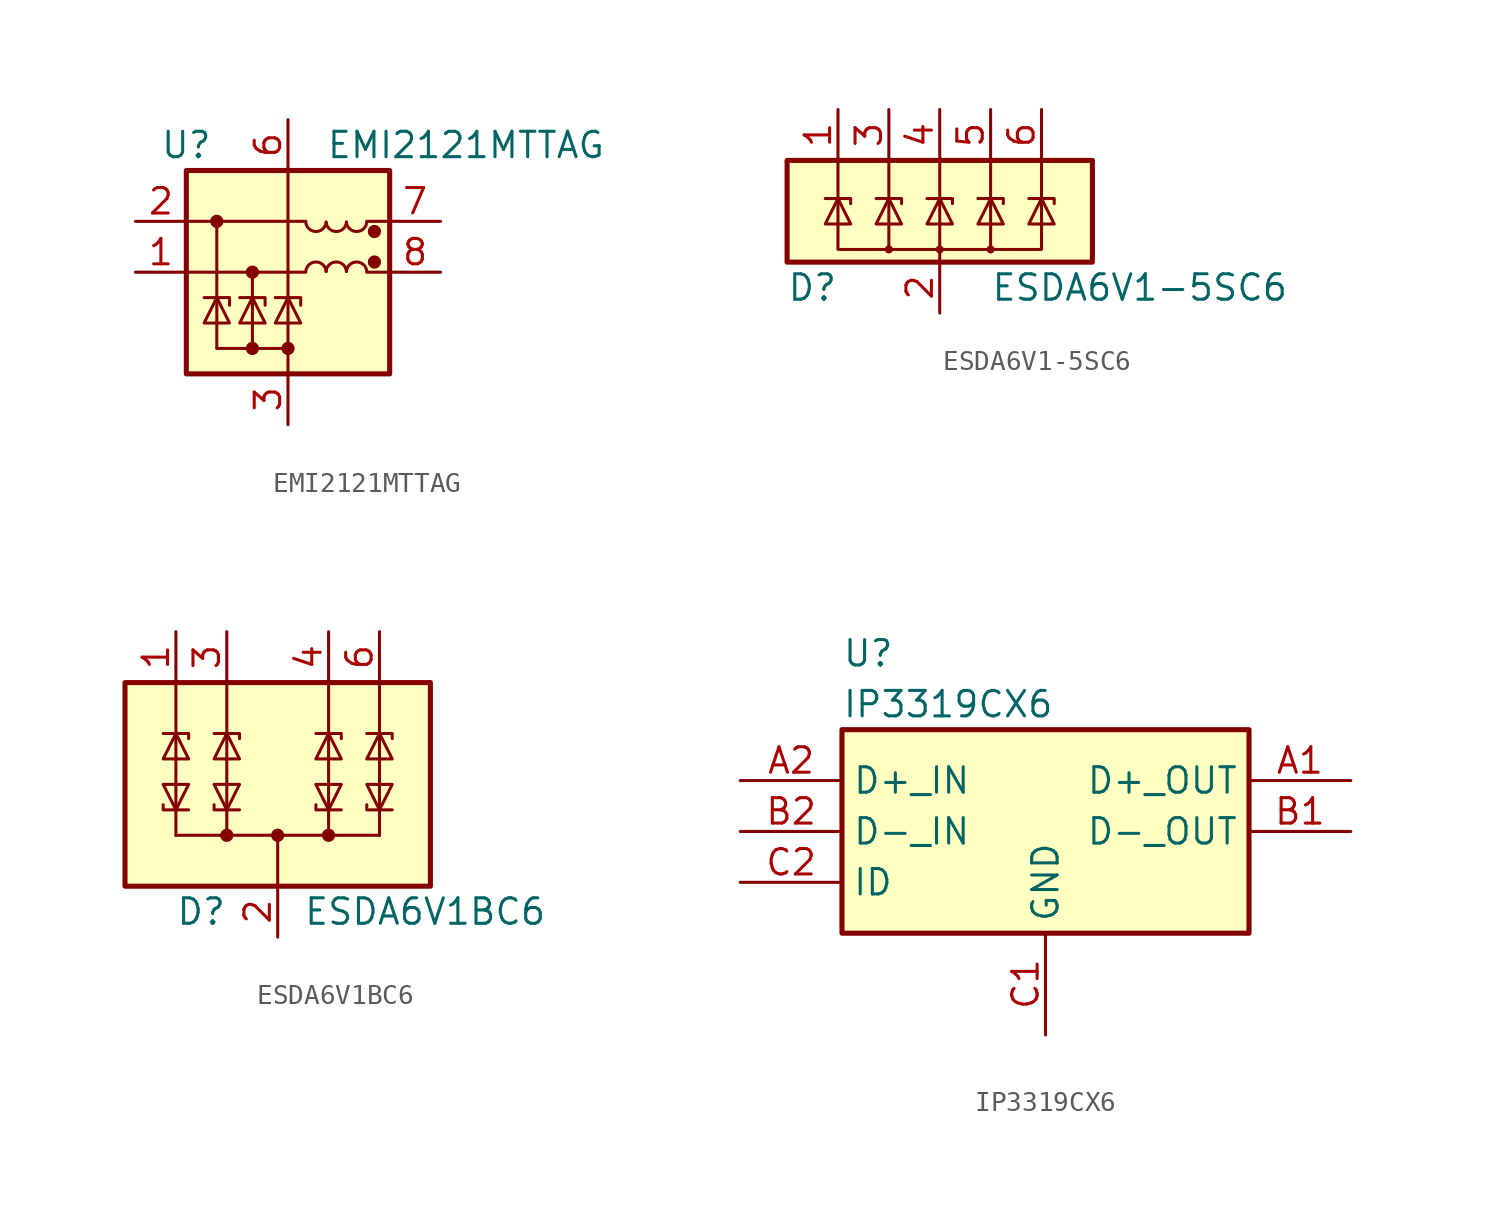
<source format=kicad_sym>
(kicad_symbol_lib
  (version 20220914)
  (generator kicad_symbol_editor)
  (symbol "EMI2121MTTAG"
    (pin_names
      (offset 0.025) hide)
    (property "Reference" "U"
      (at -5.08 6.35 0)
      (effects (font (size 1.27 1.27))))
    (property "Value" "EMI2121MTTAG"
      (at 8.89 6.35 0)
      (effects (font (size 1.27 1.27))))
    (symbol "EMI2121MTTAG_0_1"
      (rectangle (start -5.08 5.08) (end 5.08 -5.08) (stroke (width 0.254) (type default)) (fill (type background)))
      (polyline (pts (xy -5.08 0) (xy 0.889 0)) (stroke (width 0) (type default)) (fill (type none)))
      (polyline (pts (xy -5.08 2.54) (xy 0.889 2.54)) (stroke (width 0) (type default)) (fill (type none)))
      (polyline (pts (xy -3.556 2.54) (xy -3.556 -3.81)) (stroke (width 0) (type default)) (fill (type none)))
      (polyline (pts (xy -1.778 0) (xy -1.778 -3.81)) (stroke (width 0) (type default)) (fill (type none)))
      (polyline (pts (xy 0 5.08) (xy 0 -5.08)) (stroke (width 0) (type default)) (fill (type none)))
      (polyline (pts (xy 5.08 0) (xy 3.937 0)) (stroke (width 0) (type default)) (fill (type none)))
      (polyline (pts (xy 5.08 2.54) (xy 3.937 2.54)) (stroke (width 0) (type default)) (fill (type none)))
      (arc (start 0.889 2.5023) (mid 1.397 2.0306) (end 1.905 2.5023) (stroke (width 0) (type default)) (fill (type none)))
      (arc (start 1.905 0.0377) (mid 1.397 0.5094) (end 0.889 0.0377) (stroke (width 0) (type default)) (fill (type none)))
      (arc (start 1.905 2.5023) (mid 2.413 2.0306) (end 2.921 2.5023) (stroke (width 0) (type default)) (fill (type none)))
      (arc (start 2.921 0.0377) (mid 2.413 0.5094) (end 1.905 0.0377) (stroke (width 0) (type default)) (fill (type none)))
      (arc (start 2.921 2.5023) (mid 3.429 2.0306) (end 3.937 2.5023) (stroke (width 0) (type default)) (fill (type none)))
      (arc (start 3.937 0.0377) (mid 3.429 0.5094) (end 2.921 0.0377) (stroke (width 0) (type default)) (fill (type none))))
    (symbol "EMI2121MTTAG_1_1"
      (circle (center -3.556 2.54) (radius 0.254) (stroke (width 0) (type default)) (fill (type outline)))
      (circle (center -1.778 -3.81) (radius 0.254) (stroke (width 0) (type default)) (fill (type outline)))
      (circle (center -1.778 0) (radius 0.254) (stroke (width 0) (type default)) (fill (type outline)))
      (circle (center 0 -3.81) (radius 0.254) (stroke (width 0) (type default)) (fill (type outline)))
      (polyline (pts (xy 0 -3.81) (xy -3.556 -3.81)) (stroke (width 0) (type default)) (fill (type none)))
      (polyline (pts (xy -2.921 -1.651) (xy -2.921 -1.27) (xy -4.191 -1.27)) (stroke (width 0) (type default)) (fill (type none)))
      (polyline (pts (xy -1.143 -1.651) (xy -1.143 -1.27) (xy -2.413 -1.27)) (stroke (width 0) (type default)) (fill (type none)))
      (polyline (pts (xy 0.635 -1.651) (xy 0.635 -1.27) (xy -0.635 -1.27)) (stroke (width 0) (type default)) (fill (type none)))
      (polyline (pts (xy -4.191 -2.54) (xy -2.921 -2.54) (xy -3.556 -1.27) (xy -4.191 -2.54)) (stroke (width 0) (type default)) (fill (type none)))
      (polyline (pts (xy -2.413 -2.54) (xy -1.143 -2.54) (xy -1.778 -1.27) (xy -2.413 -2.54)) (stroke (width 0) (type default)) (fill (type none)))
      (polyline (pts (xy -0.635 -2.54) (xy 0.635 -2.54) (xy 0 -1.27) (xy -0.635 -2.54)) (stroke (width 0) (type default)) (fill (type none)))
      (circle (center 4.318 0.508) (radius 0.254) (stroke (width 0) (type default)) (fill (type outline)))
      (circle (center 4.318 2.032) (radius 0.254) (stroke (width 0) (type default)) (fill (type outline)))
      (pin passive line (at -7.62 0 0) (length 2.54) (name "In_1+" (effects (font (size 1.27 1.27)))) (number "1" (effects (font (size 1.27 1.27)))))
      (pin passive line (at -7.62 2.54 0) (length 2.54) (name "In_1-" (effects (font (size 1.27 1.27)))) (number "2" (effects (font (size 1.27 1.27)))))
      (pin power_in line (at 0 -7.62 90) (length 2.54) (name "GND" (effects (font (size 1.27 1.27)))) (number "3" (effects (font (size 1.27 1.27)))))
      (pin passive line (at 0 -7.62 90) (length 2.54) hide (name "GND" (effects (font (size 1.27 1.27)))) (number "4" (effects (font (size 1.27 1.27)))))
      (pin passive line (at 0 -7.62 90) (length 2.54) hide (name "GND" (effects (font (size 1.27 1.27)))) (number "5" (effects (font (size 1.27 1.27)))))
      (pin power_in line (at 0 7.62 270) (length 2.54) (name "VDD" (effects (font (size 1.27 1.27)))) (number "6" (effects (font (size 1.27 1.27)))))
      (pin passive line (at 7.62 2.54 180) (length 2.54) (name "Out_1-" (effects (font (size 1.27 1.27)))) (number "7" (effects (font (size 1.27 1.27)))))
      (pin passive line (at 7.62 0 180) (length 2.54) (name "Out_1+" (effects (font (size 1.27 1.27)))) (number "8" (effects (font (size 1.27 1.27)))))
      (pin passive line (at 0 -7.62 90) (length 2.54) hide (name "GND" (effects (font (size 1.27 1.27)))) (number "9" (effects (font (size 1.27 1.27)))))))
  (symbol "ESDA6V1-5SC6"
    (pin_names hide)
    (property "Reference" "D"
      (at -5.08 -3.81 0)
      (effects (font (size 1.27 1.27)) (justify right)))
    (property "Value" "ESDA6V1-5SC6"
      (at 2.54 -3.81 0)
      (effects (font (size 1.27 1.27)) (justify left)))
    (symbol "ESDA6V1-5SC6_0_0"
      (pin passive line (at 0 -5.08 90) (length 2.54) (name "GND" (effects (font (size 1.27 1.27)))) (number "2" (effects (font (size 1.27 1.27))))))
    (symbol "ESDA6V1-5SC6_0_1"
      (rectangle (start -7.62 2.54) (end 7.62 -2.54) (stroke (width 0.254) (type default)) (fill (type background)))
      (circle (center -2.54 -1.905) (radius 0.127) (stroke (width 0) (type default)) (fill (type none)))
      (circle (center 0 -1.905) (radius 0.127) (stroke (width 0) (type default)) (fill (type none)))
      (polyline (pts (xy -2.54 2.54) (xy -2.54 -1.905)) (stroke (width 0) (type default)) (fill (type none)))
      (polyline (pts (xy 0 2.54) (xy 0 -2.54)) (stroke (width 0) (type default)) (fill (type none)))
      (polyline (pts (xy 2.54 2.54) (xy 2.54 -1.905)) (stroke (width 0) (type default)) (fill (type none)))
      (polyline (pts (xy -5.715 0.635) (xy -4.445 0.635) (xy -4.445 0.381)) (stroke (width 0) (type default)) (fill (type none)))
      (polyline (pts (xy -3.175 0.635) (xy -1.905 0.635) (xy -1.905 0.381)) (stroke (width 0) (type default)) (fill (type none)))
      (polyline (pts (xy -0.635 0.635) (xy 0.635 0.635) (xy 0.635 0.381)) (stroke (width 0) (type default)) (fill (type none)))
      (polyline (pts (xy 1.905 0.635) (xy 3.175 0.635) (xy 3.175 0.381)) (stroke (width 0) (type default)) (fill (type none)))
      (polyline (pts (xy 4.445 0.635) (xy 5.715 0.635) (xy 5.715 0.381)) (stroke (width 0) (type default)) (fill (type none)))
      (polyline (pts (xy -5.715 -0.635) (xy -4.445 -0.635) (xy -5.08 0.635) (xy -5.715 -0.635)) (stroke (width 0) (type default)) (fill (type none)))
      (polyline (pts (xy -5.08 2.54) (xy -5.08 -1.905) (xy 5.08 -1.905) (xy 5.08 2.54)) (stroke (width 0) (type default)) (fill (type none)))
      (polyline (pts (xy -3.175 -0.635) (xy -1.905 -0.635) (xy -2.54 0.635) (xy -3.175 -0.635)) (stroke (width 0) (type default)) (fill (type none)))
      (polyline (pts (xy -0.635 -0.635) (xy 0.635 -0.635) (xy 0 0.635) (xy -0.635 -0.635)) (stroke (width 0) (type default)) (fill (type none)))
      (polyline (pts (xy 1.905 -0.635) (xy 3.175 -0.635) (xy 2.54 0.635) (xy 1.905 -0.635)) (stroke (width 0) (type default)) (fill (type none)))
      (polyline (pts (xy 4.445 -0.635) (xy 5.715 -0.635) (xy 5.08 0.635) (xy 4.445 -0.635)) (stroke (width 0) (type default)) (fill (type none)))
      (circle (center 2.54 -1.905) (radius 0.127) (stroke (width 0) (type default)) (fill (type none))))
    (symbol "ESDA6V1-5SC6_1_1"
      (pin passive line (at -5.08 5.08 270) (length 2.54) (name "IO1" (effects (font (size 1.27 1.27)))) (number "1" (effects (font (size 1.27 1.27)))))
      (pin passive line (at -2.54 5.08 270) (length 2.54) (name "IO2" (effects (font (size 1.27 1.27)))) (number "3" (effects (font (size 1.27 1.27)))))
      (pin passive line (at 0 5.08 270) (length 2.54) (name "IO3" (effects (font (size 1.27 1.27)))) (number "4" (effects (font (size 1.27 1.27)))))
      (pin passive line (at 2.54 5.08 270) (length 2.54) (name "IO4" (effects (font (size 1.27 1.27)))) (number "5" (effects (font (size 1.27 1.27)))))
      (pin passive line (at 5.08 5.08 270) (length 2.54) (name "IO5" (effects (font (size 1.27 1.27)))) (number "6" (effects (font (size 1.27 1.27)))))))
  (symbol "ESDA6V1BC6"
    (pin_names hide)
    (property "Reference" "D"
      (at -2.54 -6.35 0)
      (effects (font (size 1.27 1.27)) (justify right)))
    (property "Value" "ESDA6V1BC6"
      (at 1.27 -6.35 0)
      (effects (font (size 1.27 1.27)) (justify left)))
    (symbol "ESDA6V1BC6_0_0"
      (pin passive line (at 0 -7.62 90) (length 2.54) (name "COM" (effects (font (size 1.27 1.27)))) (number "2" (effects (font (size 1.27 1.27))))))
    (symbol "ESDA6V1BC6_0_1"
      (rectangle (start -7.62 5.08) (end 7.62 -5.08) (stroke (width 0.254) (type default)) (fill (type background)))
      (circle (center -2.54 -2.54) (radius 0.254) (stroke (width 0) (type default)) (fill (type outline)))
      (circle (center 0 -2.54) (radius 0.254) (stroke (width 0) (type default)) (fill (type outline)))
      (polyline (pts (xy -5.08 -2.54) (xy -5.08 -1.27)) (stroke (width 0) (type default)) (fill (type none)))
      (polyline (pts (xy -5.08 -2.54) (xy 5.08 -2.54)) (stroke (width 0) (type default)) (fill (type none)))
      (polyline (pts (xy -5.08 2.54) (xy -5.08 -1.27)) (stroke (width 0) (type default)) (fill (type none)))
      (polyline (pts (xy -5.08 5.08) (xy -5.08 2.54)) (stroke (width 0) (type default)) (fill (type none)))
      (polyline (pts (xy -2.54 -2.54) (xy -2.54 -1.27)) (stroke (width 0) (type default)) (fill (type none)))
      (polyline (pts (xy -2.54 2.54) (xy -2.54 -1.27)) (stroke (width 0) (type default)) (fill (type none)))
      (polyline (pts (xy -2.54 5.08) (xy -2.54 2.54)) (stroke (width 0) (type default)) (fill (type none)))
      (polyline (pts (xy 0 -2.54) (xy 0 -5.08)) (stroke (width 0) (type default)) (fill (type none)))
      (polyline (pts (xy 2.54 -2.54) (xy 2.54 -1.27)) (stroke (width 0) (type default)) (fill (type none)))
      (polyline (pts (xy 2.54 2.54) (xy 2.54 -1.27)) (stroke (width 0) (type default)) (fill (type none)))
      (polyline (pts (xy 2.54 5.08) (xy 2.54 2.54)) (stroke (width 0) (type default)) (fill (type none)))
      (polyline (pts (xy 5.08 -2.54) (xy 5.08 -1.27)) (stroke (width 0) (type default)) (fill (type none)))
      (polyline (pts (xy 5.08 2.54) (xy 5.08 -1.27)) (stroke (width 0) (type default)) (fill (type none)))
      (polyline (pts (xy 5.08 5.08) (xy 5.08 2.54)) (stroke (width 0) (type default)) (fill (type none)))
      (polyline (pts (xy -5.715 -1.016) (xy -5.715 -1.27) (xy -4.445 -1.27)) (stroke (width 0) (type default)) (fill (type none)))
      (polyline (pts (xy -5.715 2.54) (xy -4.445 2.54) (xy -4.445 2.286)) (stroke (width 0) (type default)) (fill (type none)))
      (polyline (pts (xy -3.175 -1.016) (xy -3.175 -1.27) (xy -1.905 -1.27)) (stroke (width 0) (type default)) (fill (type none)))
      (polyline (pts (xy -3.175 2.54) (xy -1.905 2.54) (xy -1.905 2.286)) (stroke (width 0) (type default)) (fill (type none)))
      (polyline (pts (xy 1.905 -1.016) (xy 1.905 -1.27) (xy 3.175 -1.27)) (stroke (width 0) (type default)) (fill (type none)))
      (polyline (pts (xy 1.905 2.54) (xy 3.175 2.54) (xy 3.175 2.286)) (stroke (width 0) (type default)) (fill (type none)))
      (polyline (pts (xy 4.445 -1.016) (xy 4.445 -1.27) (xy 5.715 -1.27)) (stroke (width 0) (type default)) (fill (type none)))
      (polyline (pts (xy 4.445 2.54) (xy 5.715 2.54) (xy 5.715 2.286)) (stroke (width 0) (type default)) (fill (type none)))
      (polyline (pts (xy -5.08 -1.27) (xy -5.715 0) (xy -4.445 0) (xy -5.08 -1.27)) (stroke (width 0) (type default)) (fill (type none)))
      (polyline (pts (xy -5.08 2.54) (xy -4.445 1.27) (xy -5.715 1.27) (xy -5.08 2.54)) (stroke (width 0) (type default)) (fill (type none)))
      (polyline (pts (xy -2.54 -1.27) (xy -3.175 0) (xy -1.905 0) (xy -2.54 -1.27)) (stroke (width 0) (type default)) (fill (type none)))
      (polyline (pts (xy -2.54 2.54) (xy -1.905 1.27) (xy -3.175 1.27) (xy -2.54 2.54)) (stroke (width 0) (type default)) (fill (type none)))
      (polyline (pts (xy 2.54 -1.27) (xy 1.905 0) (xy 3.175 0) (xy 2.54 -1.27)) (stroke (width 0) (type default)) (fill (type none)))
      (polyline (pts (xy 2.54 2.54) (xy 3.175 1.27) (xy 1.905 1.27) (xy 2.54 2.54)) (stroke (width 0) (type default)) (fill (type none)))
      (polyline (pts (xy 5.08 -1.27) (xy 4.445 0) (xy 5.715 0) (xy 5.08 -1.27)) (stroke (width 0) (type default)) (fill (type none)))
      (polyline (pts (xy 5.08 2.54) (xy 5.715 1.27) (xy 4.445 1.27) (xy 5.08 2.54)) (stroke (width 0) (type default)) (fill (type none)))
      (circle (center 2.54 -2.54) (radius 0.254) (stroke (width 0) (type default)) (fill (type outline))))
    (symbol "ESDA6V1BC6_1_1"
      (pin passive line (at -5.08 7.62 270) (length 2.54) (name "TVS1" (effects (font (size 1.27 1.27)))) (number "1" (effects (font (size 1.27 1.27)))))
      (pin passive line (at -2.54 7.62 270) (length 2.54) (name "TVS2" (effects (font (size 1.27 1.27)))) (number "3" (effects (font (size 1.27 1.27)))))
      (pin passive line (at 2.54 7.62 270) (length 2.54) (name "TVS3" (effects (font (size 1.27 1.27)))) (number "4" (effects (font (size 1.27 1.27)))))
      (pin passive line (at 0 -7.62 90) (length 2.54) hide (name "COM" (effects (font (size 1.27 1.27)))) (number "5" (effects (font (size 1.27 1.27)))))
      (pin passive line (at 5.08 7.62 270) (length 2.54) (name "TVS4" (effects (font (size 1.27 1.27)))) (number "6" (effects (font (size 1.27 1.27)))))))
  (symbol "IP3319CX6"
    (property "Reference" "U"
      (at -10.16 8.89 0)
      (effects (font (size 1.27 1.27)) (justify left)))
    (property "Value" "IP3319CX6"
      (at -10.16 6.35 0)
      (effects (font (size 1.27 1.27)) (justify left)))
    (symbol "IP3319CX6_0_1"
      (rectangle (start -10.16 5.08) (end 10.16 -5.08) (stroke (width 0.254) (type default)) (fill (type background))))
    (symbol "IP3319CX6_1_1"
      (pin passive line (at 15.24 2.54 180) (length 5.08) (name "D+_OUT" (effects (font (size 1.27 1.27)))) (number "A1" (effects (font (size 1.27 1.27)))))
      (pin passive line (at -15.24 2.54 0) (length 5.08) (name "D+_IN" (effects (font (size 1.27 1.27)))) (number "A2" (effects (font (size 1.27 1.27)))))
      (pin passive line (at 15.24 0 180) (length 5.08) (name "D-_OUT" (effects (font (size 1.27 1.27)))) (number "B1" (effects (font (size 1.27 1.27)))))
      (pin passive line (at -15.24 0 0) (length 5.08) (name "D-_IN" (effects (font (size 1.27 1.27)))) (number "B2" (effects (font (size 1.27 1.27)))))
      (pin power_in line (at 0 -10.16 90) (length 5.08) (name "GND" (effects (font (size 1.27 1.27)))) (number "C1" (effects (font (size 1.27 1.27)))))
      (pin passive line (at -15.24 -2.54 0) (length 5.08) (name "ID" (effects (font (size 1.27 1.27)))) (number "C2" (effects (font (size 1.27 1.27))))))))
</source>
